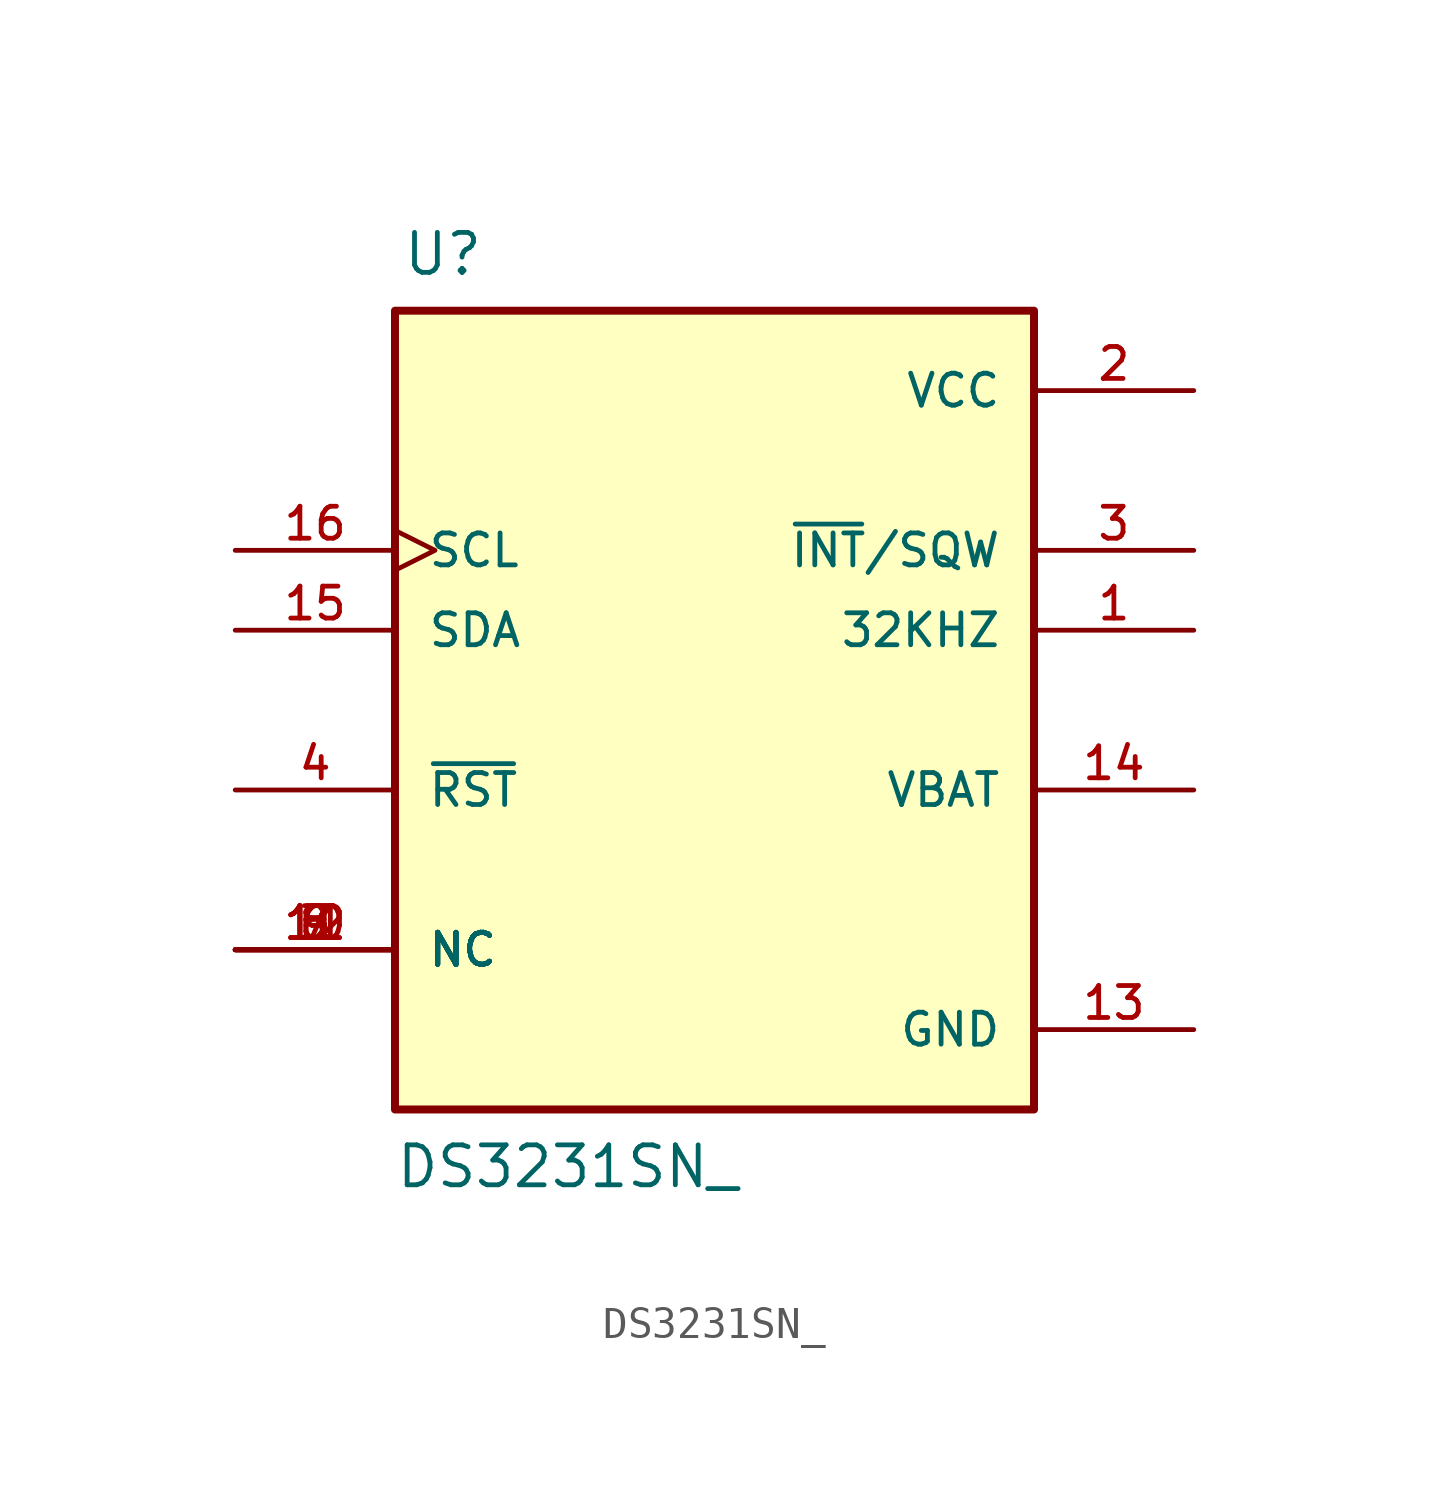
<source format=kicad_sym>
(kicad_symbol_lib
  (version 20211014)
  (generator kicad_symbol_editor)
  (symbol "DS3231SN_"
    (pin_names
      (offset 1.016))
    (property "Reference" "U"
      (at -9.942 13.757 0)
      (effects (font (size 1.27 1.27)) (justify bottom left)))
    (property "Value" "DS3231SN_"
      (at -10.175 -15.258 0)
      (effects (font (size 1.27 1.27)) (justify bottom left)))
    (symbol "DS3231SN__0_0"
      (rectangle (start -10.16 -12.7) (end 10.16 12.7) (stroke (width 0.254)) (fill (type background)))
      (pin input line (at 15.24 -2.54 180.0) (length 5.08) (name "VBAT" (effects (font (size 1.016 1.016)))) (number "14" (effects (font (size 1.016 1.016)))))
      (pin output line (at 15.24 2.54 180.0) (length 5.08) (name "32KHZ" (effects (font (size 1.016 1.016)))) (number "1" (effects (font (size 1.016 1.016)))))
      (pin bidirectional line (at -15.24 -2.54 0) (length 5.08) (name "~{RST}" (effects (font (size 1.016 1.016)))) (number "4" (effects (font (size 1.016 1.016)))))
      (pin output line (at 15.24 5.08 180.0) (length 5.08) (name "~{INT}/SQW" (effects (font (size 1.016 1.016)))) (number "3" (effects (font (size 1.016 1.016)))))
      (pin input clock (at -15.24 5.08 0) (length 5.08) (name "SCL" (effects (font (size 1.016 1.016)))) (number "16" (effects (font (size 1.016 1.016)))))
      (pin bidirectional line (at -15.24 2.54 0) (length 5.08) (name "SDA" (effects (font (size 1.016 1.016)))) (number "15" (effects (font (size 1.016 1.016)))))
      (pin power_in line (at 15.24 -10.16 180.0) (length 5.08) (name "GND" (effects (font (size 1.016 1.016)))) (number "13" (effects (font (size 1.016 1.016)))))
      (pin power_in line (at 15.24 10.16 180.0) (length 5.08) (name "VCC" (effects (font (size 1.016 1.016)))) (number "2" (effects (font (size 1.016 1.016)))))
      (pin passive line (at -15.24 -7.62 0) (length 5.08) (name "NC" (effects (font (size 1.016 1.016)))) (number "5" (effects (font (size 1.016 1.016)))))
      (pin passive line (at -15.24 -7.62 0) (length 5.08) (name "NC" (effects (font (size 1.016 1.016)))) (number "6" (effects (font (size 1.016 1.016)))))
      (pin passive line (at -15.24 -7.62 0) (length 5.08) (name "NC" (effects (font (size 1.016 1.016)))) (number "7" (effects (font (size 1.016 1.016)))))
      (pin passive line (at -15.24 -7.62 0) (length 5.08) (name "NC" (effects (font (size 1.016 1.016)))) (number "8" (effects (font (size 1.016 1.016)))))
      (pin passive line (at -15.24 -7.62 0) (length 5.08) (name "NC" (effects (font (size 1.016 1.016)))) (number "9" (effects (font (size 1.016 1.016)))))
      (pin passive line (at -15.24 -7.62 0) (length 5.08) (name "NC" (effects (font (size 1.016 1.016)))) (number "10" (effects (font (size 1.016 1.016)))))
      (pin passive line (at -15.24 -7.62 0) (length 5.08) (name "NC" (effects (font (size 1.016 1.016)))) (number "11" (effects (font (size 1.016 1.016)))))
      (pin passive line (at -15.24 -7.62 0) (length 5.08) (name "NC" (effects (font (size 1.016 1.016)))) (number "12" (effects (font (size 1.016 1.016))))))))
</source>
